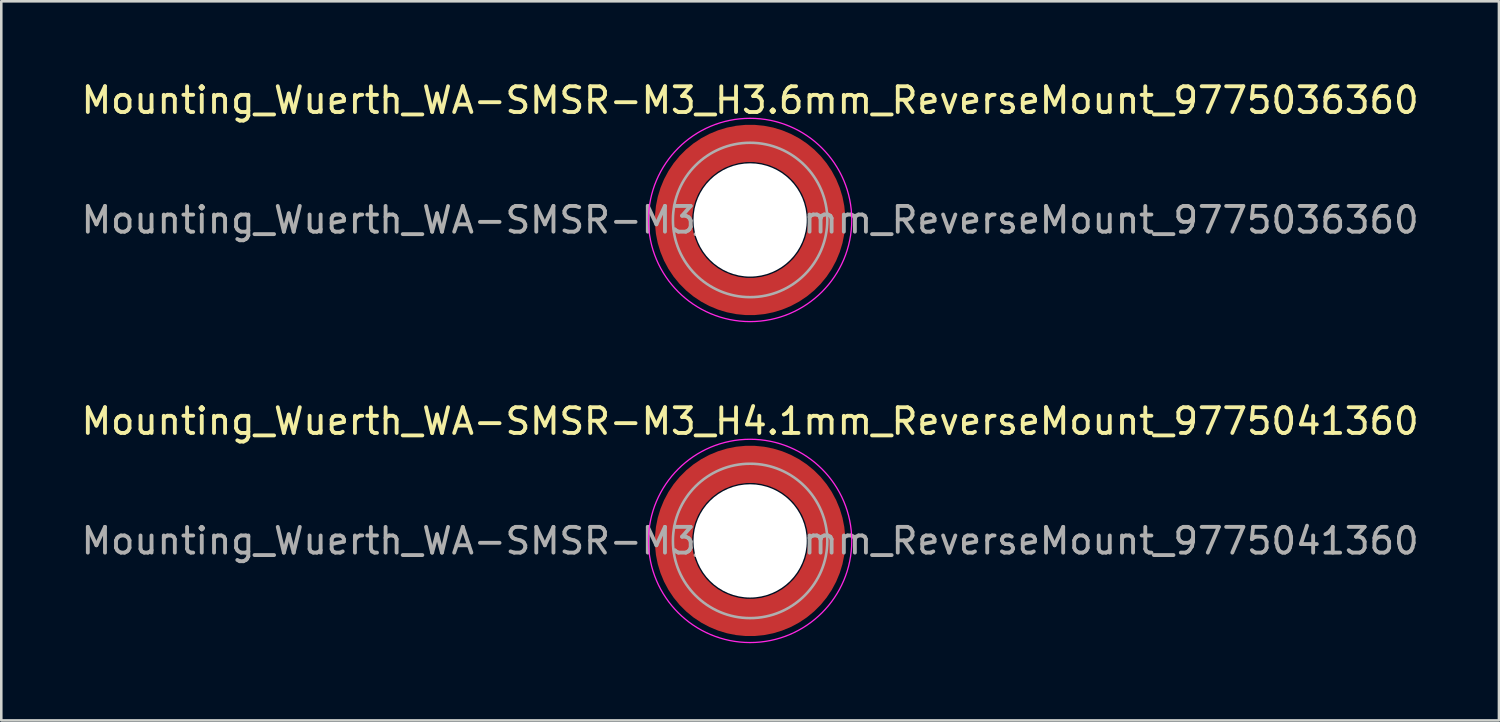
<source format=kicad_pcb>
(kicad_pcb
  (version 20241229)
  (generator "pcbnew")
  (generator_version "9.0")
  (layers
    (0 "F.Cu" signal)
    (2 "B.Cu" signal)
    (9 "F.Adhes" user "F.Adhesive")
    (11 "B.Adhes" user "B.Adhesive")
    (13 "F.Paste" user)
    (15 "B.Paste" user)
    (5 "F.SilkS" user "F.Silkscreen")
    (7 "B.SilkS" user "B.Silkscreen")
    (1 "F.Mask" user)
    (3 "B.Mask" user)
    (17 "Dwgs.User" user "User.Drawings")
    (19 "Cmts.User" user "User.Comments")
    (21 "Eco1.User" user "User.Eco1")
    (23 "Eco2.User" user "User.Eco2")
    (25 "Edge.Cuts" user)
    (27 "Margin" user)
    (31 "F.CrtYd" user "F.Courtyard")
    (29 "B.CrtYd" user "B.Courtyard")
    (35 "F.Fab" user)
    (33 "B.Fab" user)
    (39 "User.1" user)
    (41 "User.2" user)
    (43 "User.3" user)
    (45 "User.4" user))
  (footprint "Mounting_Wuerth_WA-SMSR-M3_H3.6mm_ReverseMount_9775036360"
    (layer "F.Cu")
    (at 26.101 5.498)
    (property "Reference" "Mounting_Wuerth_WA-SMSR-M3_H3.6mm_ReverseMount_9775036360" (at 0 -4.65 0) (layer "F.SilkS") (effects (font (size 1 1) (thickness 0.15))))
    (attr smd)
    (fp_circle (center 0 0) (end 3.95 0) (stroke (width 0.05) (type solid)) (fill no) (layer "F.CrtYd"))
    (fp_circle (center 0 0) (end 3 0) (stroke (width 0.1) (type solid)) (fill no) (layer "F.Fab"))
    (fp_text user "${REFERENCE}" (at 0 0 0) (layer "F.Fab") (effects (font (size 1 1) (thickness 0.15))))
    (pad "" smd custom (at -2.095 -2.095) (size 0.945 0.945) (layers "F.Paste") (options (anchor circle)) (primitives (gr_arc (start -0.24231 1.594804) (mid 0.404104 0.405534) (end 1.592827 -0.241886) (width 0.2)) (gr_arc (start -0.3398 1.594804) (mid 0.335987 0.338711) (end 1.591031 -0.339022) (width 0.2)) (gr_arc (start -0.437132 1.594804) (mid 0.268952 0.270807) (end 1.592231 -0.436623) (width 0.2)) (gr_arc (start -0.534324 1.594804) (mid 0.201345 0.203474) (end 1.591846 -0.53376) (width 0.2)) (gr_arc (start -0.631391 1.594804) (mid 0.134696 0.135183) (end 1.594126 -0.631267) (width 0.2)) (gr_arc (start -0.728345 1.594804) (mid 0.067234 0.067705) (end 1.594149 -0.728229) (width 0.2)) (gr_arc (start -0.825197 1.594804) (mid -0.001218 0.001219) (end 1.591408 -0.824614) (width 0.2)) (gr_arc (start -0.921958 1.594804) (mid -0.068952 -0.065985) (end 1.590665 -0.921269) (width 0.2)) (gr_arc (start -1.018637 1.594804) (mid -0.135972 -0.133907) (end 1.59192 -1.018172) (width 0.2)) (gr_arc (start -1.115239 1.594804) (mid -0.20428 -0.200537) (end 1.589574 -1.11442) (width 0.2)) (gr_arc (start -1.211773 1.594804) (mid -0.26993 -0.269828) (end 1.594662 -1.211751) (width 0.2)) (gr_arc (start -1.308244 1.594804) (mid -0.33911 -0.335587) (end 1.589875 -1.307516) (width 0.2)) (gr_arc (start -1.404657 1.594804) (mid -0.405633 -0.404004) (end 1.592524 -1.404331) (width 0.2)) (gr_arc (start -1.404657 1.594804) (mid -0.405633 -0.404004) (end 1.592524 -1.404331) (width 0.2)) (gr_line (start 1.595 -0.242) (end 1.595 -1.405) (width 0.2)) (gr_line (start -0.242 1.595) (end -1.405 1.595) (width 0.2))))
    (pad "" smd custom (at -2.095 2.095) (size 0.945 0.945) (layers "F.Paste") (options (anchor circle)) (primitives (gr_arc (start 1.594804 0.24231) (mid 0.405534 -0.404104) (end -0.241886 -1.592827) (width 0.2)) (gr_arc (start 1.594804 0.3398) (mid 0.338711 -0.335987) (end -0.339022 -1.591031) (width 0.2)) (gr_arc (start 1.594804 0.437132) (mid 0.270807 -0.268952) (end -0.436623 -1.592231) (width 0.2)) (gr_arc (start 1.594804 0.534324) (mid 0.203474 -0.201345) (end -0.53376 -1.591846) (width 0.2)) (gr_arc (start 1.594804 0.631391) (mid 0.135183 -0.134696) (end -0.631267 -1.594126) (width 0.2)) (gr_arc (start 1.594804 0.728345) (mid 0.067705 -0.067234) (end -0.728229 -1.594149) (width 0.2)) (gr_arc (start 1.594804 0.825197) (mid 0.001219 0.001218) (end -0.824614 -1.591408) (width 0.2)) (gr_arc (start 1.594804 0.921958) (mid -0.065985 0.068952) (end -0.921269 -1.590665) (width 0.2)) (gr_arc (start 1.594804 1.018637) (mid -0.133907 0.135972) (end -1.018172 -1.59192) (width 0.2)) (gr_arc (start 1.594804 1.115239) (mid -0.200537 0.20428) (end -1.11442 -1.589574) (width 0.2)) (gr_arc (start 1.594804 1.211773) (mid -0.269828 0.26993) (end -1.211751 -1.594662) (width 0.2)) (gr_arc (start 1.594804 1.308244) (mid -0.335587 0.33911) (end -1.307516 -1.589875) (width 0.2)) (gr_arc (start 1.594804 1.404657) (mid -0.404004 0.405633) (end -1.404331 -1.592524) (width 0.2)) (gr_arc (start 1.594804 1.404657) (mid -0.404004 0.405633) (end -1.404331 -1.592524) (width 0.2)) (gr_line (start -0.242 -1.595) (end -1.405 -1.595) (width 0.2)) (gr_line (start 1.595 0.242) (end 1.595 1.405) (width 0.2))))
    (pad "" np_thru_hole circle (at 0 0) (size 4.4 4.4) (drill 4.4) (layers "*.Cu" "*.Mask"))
    (pad "" smd custom (at 2.095 -2.095) (size 0.945 0.945) (layers "F.Paste") (options (anchor circle)) (primitives (gr_arc (start -1.594804 -0.24231) (mid -0.405534 0.404104) (end 0.241886 1.592827) (width 0.2)) (gr_arc (start -1.594804 -0.3398) (mid -0.338711 0.335987) (end 0.339022 1.591031) (width 0.2)) (gr_arc (start -1.594804 -0.437132) (mid -0.270807 0.268952) (end 0.436623 1.592231) (width 0.2)) (gr_arc (start -1.594804 -0.534324) (mid -0.203474 0.201345) (end 0.53376 1.591846) (width 0.2)) (gr_arc (start -1.594804 -0.631391) (mid -0.135183 0.134696) (end 0.631267 1.594126) (width 0.2)) (gr_arc (start -1.594804 -0.728345) (mid -0.067705 0.067234) (end 0.728229 1.594149) (width 0.2)) (gr_arc (start -1.594804 -0.825197) (mid -0.001219 -0.001218) (end 0.824614 1.591408) (width 0.2)) (gr_arc (start -1.594804 -0.921958) (mid 0.065985 -0.068952) (end 0.921269 1.590665) (width 0.2)) (gr_arc (start -1.594804 -1.018637) (mid 0.133907 -0.135972) (end 1.018172 1.59192) (width 0.2)) (gr_arc (start -1.594804 -1.115239) (mid 0.200537 -0.20428) (end 1.11442 1.589574) (width 0.2)) (gr_arc (start -1.594804 -1.211773) (mid 0.269828 -0.26993) (end 1.211751 1.594662) (width 0.2)) (gr_arc (start -1.594804 -1.308244) (mid 0.335587 -0.33911) (end 1.307516 1.589875) (width 0.2)) (gr_arc (start -1.594804 -1.404657) (mid 0.404004 -0.405633) (end 1.404331 1.592524) (width 0.2)) (gr_arc (start -1.594804 -1.404657) (mid 0.404004 -0.405633) (end 1.404331 1.592524) (width 0.2)) (gr_line (start 0.242 1.595) (end 1.405 1.595) (width 0.2)) (gr_line (start -1.595 -0.242) (end -1.595 -1.405) (width 0.2))))
    (pad "" smd custom (at 2.095 2.095) (size 0.945 0.945) (layers "F.Paste") (options (anchor circle)) (primitives (gr_arc (start 0.24231 -1.594804) (mid -0.404104 -0.405534) (end -1.592827 0.241886) (width 0.2)) (gr_arc (start 0.3398 -1.594804) (mid -0.335987 -0.338711) (end -1.591031 0.339022) (width 0.2)) (gr_arc (start 0.437132 -1.594804) (mid -0.268952 -0.270807) (end -1.592231 0.436623) (width 0.2)) (gr_arc (start 0.534324 -1.594804) (mid -0.201345 -0.203474) (end -1.591846 0.53376) (width 0.2)) (gr_arc (start 0.631391 -1.594804) (mid -0.134696 -0.135183) (end -1.594126 0.631267) (width 0.2)) (gr_arc (start 0.728345 -1.594804) (mid -0.067234 -0.067705) (end -1.594149 0.728229) (width 0.2)) (gr_arc (start 0.825197 -1.594804) (mid 0.001218 -0.001219) (end -1.591408 0.824614) (width 0.2)) (gr_arc (start 0.921958 -1.594804) (mid 0.068952 0.065985) (end -1.590665 0.921269) (width 0.2)) (gr_arc (start 1.018637 -1.594804) (mid 0.135972 0.133907) (end -1.59192 1.018172) (width 0.2)) (gr_arc (start 1.115239 -1.594804) (mid 0.20428 0.200537) (end -1.589574 1.11442) (width 0.2)) (gr_arc (start 1.211773 -1.594804) (mid 0.26993 0.269828) (end -1.594662 1.211751) (width 0.2)) (gr_arc (start 1.308244 -1.594804) (mid 0.33911 0.335587) (end -1.589875 1.307516) (width 0.2)) (gr_arc (start 1.404657 -1.594804) (mid 0.405633 0.404004) (end -1.592524 1.404331) (width 0.2)) (gr_arc (start 1.404657 -1.594804) (mid 0.405633 0.404004) (end -1.592524 1.404331) (width 0.2)) (gr_line (start -1.595 0.242) (end -1.595 1.405) (width 0.2)) (gr_line (start 0.242 -1.595) (end 1.405 -1.595) (width 0.2))))
    (pad "1" smd circle (at -2.975 0) (size 1.05 1.05) (layers "F.Cu"))
    (pad "1" smd circle (at 0 -2.975) (size 1.05 1.05) (layers "F.Cu"))
    (pad "1" smd circle (at 0 2.975) (size 1.05 1.05) (layers "F.Cu"))
    (pad "1" smd custom (at 2.975 0) (size 1.05 1.05) (layers "F.Cu" "F.Mask") (options (anchor circle)) (primitives (gr_circle (center -2.975 0) (end 0 0) (width 1.45) (fill no)))))
  (footprint "Mounting_Wuerth_WA-SMSR-M3_H4.1mm_ReverseMount_9775041360"
    (layer "F.Cu")
    (at 26.101 17.971)
    (property "Reference" "Mounting_Wuerth_WA-SMSR-M3_H4.1mm_ReverseMount_9775041360" (at 0 -4.65 0) (layer "F.SilkS") (effects (font (size 1 1) (thickness 0.15))))
    (attr smd)
    (fp_circle (center 0 0) (end 3.95 0) (stroke (width 0.05) (type solid)) (fill no) (layer "F.CrtYd"))
    (fp_circle (center 0 0) (end 3 0) (stroke (width 0.1) (type solid)) (fill no) (layer "F.Fab"))
    (fp_text user "${REFERENCE}" (at 0 0 0) (layer "F.Fab") (effects (font (size 1 1) (thickness 0.15))))
    (pad "" smd custom (at -2.095 -2.095) (size 0.945 0.945) (layers "F.Paste") (options (anchor circle)) (primitives (gr_arc (start -0.24231 1.594804) (mid 0.404104 0.405534) (end 1.592827 -0.241886) (width 0.2)) (gr_arc (start -0.3398 1.594804) (mid 0.335987 0.338711) (end 1.591031 -0.339022) (width 0.2)) (gr_arc (start -0.437132 1.594804) (mid 0.268952 0.270807) (end 1.592231 -0.436623) (width 0.2)) (gr_arc (start -0.534324 1.594804) (mid 0.201345 0.203474) (end 1.591846 -0.53376) (width 0.2)) (gr_arc (start -0.631391 1.594804) (mid 0.134696 0.135183) (end 1.594126 -0.631267) (width 0.2)) (gr_arc (start -0.728345 1.594804) (mid 0.067234 0.067705) (end 1.594149 -0.728229) (width 0.2)) (gr_arc (start -0.825197 1.594804) (mid -0.001218 0.001219) (end 1.591408 -0.824614) (width 0.2)) (gr_arc (start -0.921958 1.594804) (mid -0.068952 -0.065985) (end 1.590665 -0.921269) (width 0.2)) (gr_arc (start -1.018637 1.594804) (mid -0.135972 -0.133907) (end 1.59192 -1.018172) (width 0.2)) (gr_arc (start -1.115239 1.594804) (mid -0.20428 -0.200537) (end 1.589574 -1.11442) (width 0.2)) (gr_arc (start -1.211773 1.594804) (mid -0.26993 -0.269828) (end 1.594662 -1.211751) (width 0.2)) (gr_arc (start -1.308244 1.594804) (mid -0.33911 -0.335587) (end 1.589875 -1.307516) (width 0.2)) (gr_arc (start -1.404657 1.594804) (mid -0.405633 -0.404004) (end 1.592524 -1.404331) (width 0.2)) (gr_arc (start -1.404657 1.594804) (mid -0.405633 -0.404004) (end 1.592524 -1.404331) (width 0.2)) (gr_line (start 1.595 -0.242) (end 1.595 -1.405) (width 0.2)) (gr_line (start -0.242 1.595) (end -1.405 1.595) (width 0.2))))
    (pad "" smd custom (at -2.095 2.095) (size 0.945 0.945) (layers "F.Paste") (options (anchor circle)) (primitives (gr_arc (start 1.594804 0.24231) (mid 0.405534 -0.404104) (end -0.241886 -1.592827) (width 0.2)) (gr_arc (start 1.594804 0.3398) (mid 0.338711 -0.335987) (end -0.339022 -1.591031) (width 0.2)) (gr_arc (start 1.594804 0.437132) (mid 0.270807 -0.268952) (end -0.436623 -1.592231) (width 0.2)) (gr_arc (start 1.594804 0.534324) (mid 0.203474 -0.201345) (end -0.53376 -1.591846) (width 0.2)) (gr_arc (start 1.594804 0.631391) (mid 0.135183 -0.134696) (end -0.631267 -1.594126) (width 0.2)) (gr_arc (start 1.594804 0.728345) (mid 0.067705 -0.067234) (end -0.728229 -1.594149) (width 0.2)) (gr_arc (start 1.594804 0.825197) (mid 0.001219 0.001218) (end -0.824614 -1.591408) (width 0.2)) (gr_arc (start 1.594804 0.921958) (mid -0.065985 0.068952) (end -0.921269 -1.590665) (width 0.2)) (gr_arc (start 1.594804 1.018637) (mid -0.133907 0.135972) (end -1.018172 -1.59192) (width 0.2)) (gr_arc (start 1.594804 1.115239) (mid -0.200537 0.20428) (end -1.11442 -1.589574) (width 0.2)) (gr_arc (start 1.594804 1.211773) (mid -0.269828 0.26993) (end -1.211751 -1.594662) (width 0.2)) (gr_arc (start 1.594804 1.308244) (mid -0.335587 0.33911) (end -1.307516 -1.589875) (width 0.2)) (gr_arc (start 1.594804 1.404657) (mid -0.404004 0.405633) (end -1.404331 -1.592524) (width 0.2)) (gr_arc (start 1.594804 1.404657) (mid -0.404004 0.405633) (end -1.404331 -1.592524) (width 0.2)) (gr_line (start -0.242 -1.595) (end -1.405 -1.595) (width 0.2)) (gr_line (start 1.595 0.242) (end 1.595 1.405) (width 0.2))))
    (pad "" np_thru_hole circle (at 0 0) (size 4.4 4.4) (drill 4.4) (layers "*.Cu" "*.Mask"))
    (pad "" smd custom (at 2.095 -2.095) (size 0.945 0.945) (layers "F.Paste") (options (anchor circle)) (primitives (gr_arc (start -1.594804 -0.24231) (mid -0.405534 0.404104) (end 0.241886 1.592827) (width 0.2)) (gr_arc (start -1.594804 -0.3398) (mid -0.338711 0.335987) (end 0.339022 1.591031) (width 0.2)) (gr_arc (start -1.594804 -0.437132) (mid -0.270807 0.268952) (end 0.436623 1.592231) (width 0.2)) (gr_arc (start -1.594804 -0.534324) (mid -0.203474 0.201345) (end 0.53376 1.591846) (width 0.2)) (gr_arc (start -1.594804 -0.631391) (mid -0.135183 0.134696) (end 0.631267 1.594126) (width 0.2)) (gr_arc (start -1.594804 -0.728345) (mid -0.067705 0.067234) (end 0.728229 1.594149) (width 0.2)) (gr_arc (start -1.594804 -0.825197) (mid -0.001219 -0.001218) (end 0.824614 1.591408) (width 0.2)) (gr_arc (start -1.594804 -0.921958) (mid 0.065985 -0.068952) (end 0.921269 1.590665) (width 0.2)) (gr_arc (start -1.594804 -1.018637) (mid 0.133907 -0.135972) (end 1.018172 1.59192) (width 0.2)) (gr_arc (start -1.594804 -1.115239) (mid 0.200537 -0.20428) (end 1.11442 1.589574) (width 0.2)) (gr_arc (start -1.594804 -1.211773) (mid 0.269828 -0.26993) (end 1.211751 1.594662) (width 0.2)) (gr_arc (start -1.594804 -1.308244) (mid 0.335587 -0.33911) (end 1.307516 1.589875) (width 0.2)) (gr_arc (start -1.594804 -1.404657) (mid 0.404004 -0.405633) (end 1.404331 1.592524) (width 0.2)) (gr_arc (start -1.594804 -1.404657) (mid 0.404004 -0.405633) (end 1.404331 1.592524) (width 0.2)) (gr_line (start 0.242 1.595) (end 1.405 1.595) (width 0.2)) (gr_line (start -1.595 -0.242) (end -1.595 -1.405) (width 0.2))))
    (pad "" smd custom (at 2.095 2.095) (size 0.945 0.945) (layers "F.Paste") (options (anchor circle)) (primitives (gr_arc (start 0.24231 -1.594804) (mid -0.404104 -0.405534) (end -1.592827 0.241886) (width 0.2)) (gr_arc (start 0.3398 -1.594804) (mid -0.335987 -0.338711) (end -1.591031 0.339022) (width 0.2)) (gr_arc (start 0.437132 -1.594804) (mid -0.268952 -0.270807) (end -1.592231 0.436623) (width 0.2)) (gr_arc (start 0.534324 -1.594804) (mid -0.201345 -0.203474) (end -1.591846 0.53376) (width 0.2)) (gr_arc (start 0.631391 -1.594804) (mid -0.134696 -0.135183) (end -1.594126 0.631267) (width 0.2)) (gr_arc (start 0.728345 -1.594804) (mid -0.067234 -0.067705) (end -1.594149 0.728229) (width 0.2)) (gr_arc (start 0.825197 -1.594804) (mid 0.001218 -0.001219) (end -1.591408 0.824614) (width 0.2)) (gr_arc (start 0.921958 -1.594804) (mid 0.068952 0.065985) (end -1.590665 0.921269) (width 0.2)) (gr_arc (start 1.018637 -1.594804) (mid 0.135972 0.133907) (end -1.59192 1.018172) (width 0.2)) (gr_arc (start 1.115239 -1.594804) (mid 0.20428 0.200537) (end -1.589574 1.11442) (width 0.2)) (gr_arc (start 1.211773 -1.594804) (mid 0.26993 0.269828) (end -1.594662 1.211751) (width 0.2)) (gr_arc (start 1.308244 -1.594804) (mid 0.33911 0.335587) (end -1.589875 1.307516) (width 0.2)) (gr_arc (start 1.404657 -1.594804) (mid 0.405633 0.404004) (end -1.592524 1.404331) (width 0.2)) (gr_arc (start 1.404657 -1.594804) (mid 0.405633 0.404004) (end -1.592524 1.404331) (width 0.2)) (gr_line (start -1.595 0.242) (end -1.595 1.405) (width 0.2)) (gr_line (start 0.242 -1.595) (end 1.405 -1.595) (width 0.2))))
    (pad "1" smd circle (at -2.975 0) (size 1.05 1.05) (layers "F.Cu"))
    (pad "1" smd circle (at 0 -2.975) (size 1.05 1.05) (layers "F.Cu"))
    (pad "1" smd circle (at 0 2.975) (size 1.05 1.05) (layers "F.Cu"))
    (pad "1" smd custom (at 2.975 0) (size 1.05 1.05) (layers "F.Cu" "F.Mask") (options (anchor circle)) (primitives (gr_circle (center -2.975 0) (end 0 0) (width 1.45) (fill no)))))
  (gr_rect
    (start -3 -3)
    (end 55.202 24.947)
    (stroke (width 0.1) (type default))
    (fill no)
    (layer "Edge.Cuts")))
</source>
